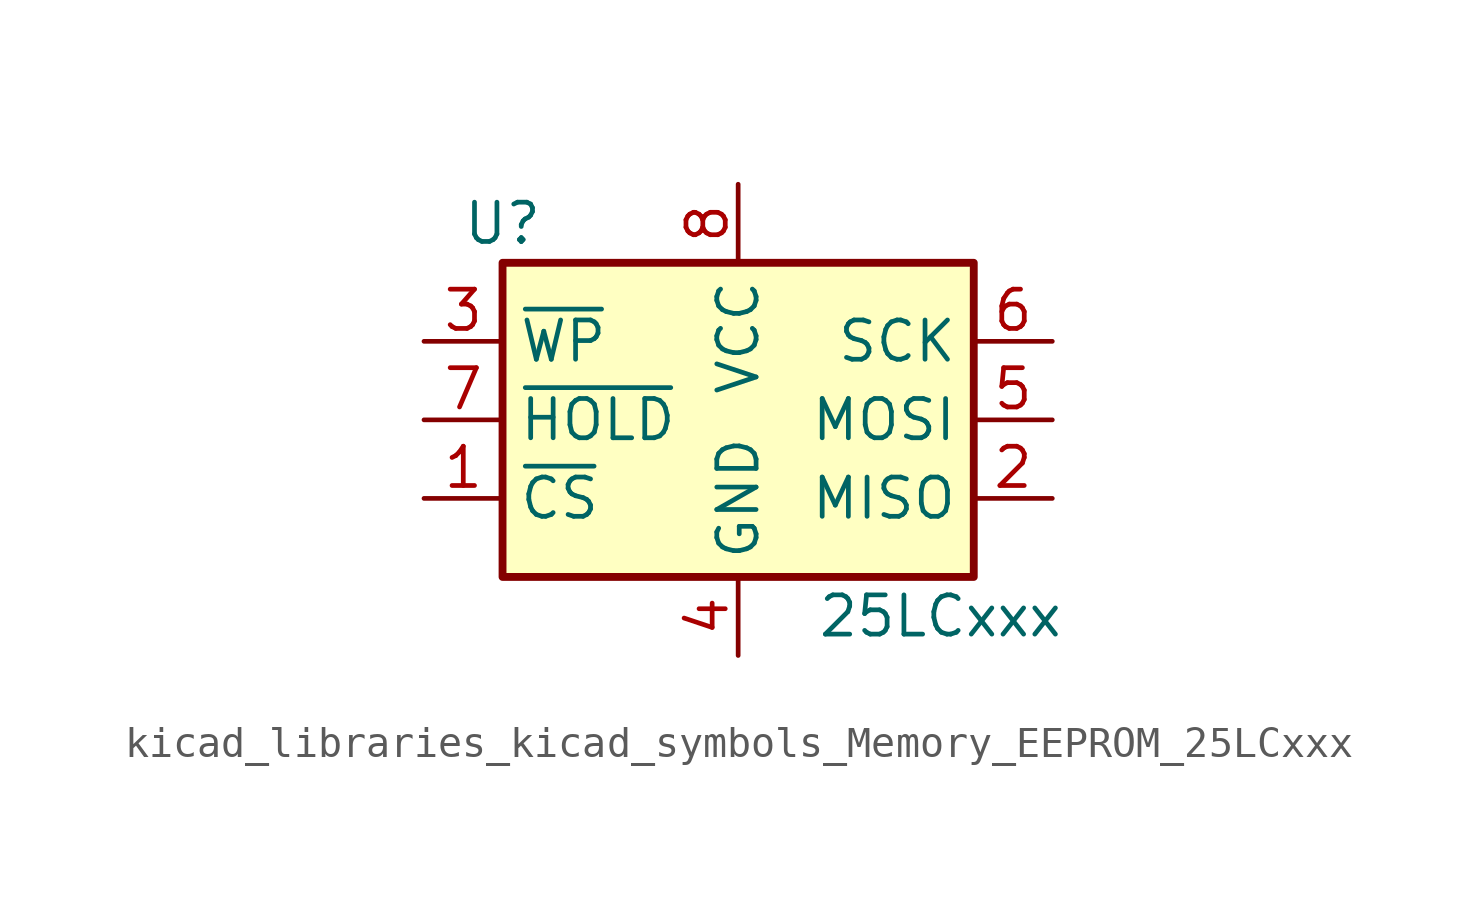
<source format=kicad_sym>
(kicad_symbol_lib
  (version 20220914)
  (generator kicad_symbol_editor)
  (symbol "kicad_libraries_kicad_symbols_Memory_EEPROM_25LCxxx"
    (property "Reference" "U"
      (at -7.62 6.35 0)
      (effects (font (size 1.27 1.27))))
    (property "Value" "25LCxxx"
      (at 2.54 -6.35 0)
      (effects (font (size 1.27 1.27)) (justify left)))
    (symbol "kicad_libraries_kicad_symbols_Memory_EEPROM_25LCxxx_1_1"
      (rectangle (start -7.62 5.08) (end 7.62 -5.08) (stroke (width 0.254) (type default)) (fill (type background)))
      (pin input line (at -10.16 -2.54 0) (length 2.54) (name "~{CS}" (effects (font (size 1.27 1.27)))) (number "1" (effects (font (size 1.27 1.27)))))
      (pin tri_state line (at 10.16 -2.54 180) (length 2.54) (name "MISO" (effects (font (size 1.27 1.27)))) (number "2" (effects (font (size 1.27 1.27)))))
      (pin input line (at -10.16 2.54 0) (length 2.54) (name "~{WP}" (effects (font (size 1.27 1.27)))) (number "3" (effects (font (size 1.27 1.27)))))
      (pin power_in line (at 0 -7.62 90) (length 2.54) (name "GND" (effects (font (size 1.27 1.27)))) (number "4" (effects (font (size 1.27 1.27)))))
      (pin input line (at 10.16 0 180) (length 2.54) (name "MOSI" (effects (font (size 1.27 1.27)))) (number "5" (effects (font (size 1.27 1.27)))))
      (pin input line (at 10.16 2.54 180) (length 2.54) (name "SCK" (effects (font (size 1.27 1.27)))) (number "6" (effects (font (size 1.27 1.27)))))
      (pin input line (at -10.16 0 0) (length 2.54) (name "~{HOLD}" (effects (font (size 1.27 1.27)))) (number "7" (effects (font (size 1.27 1.27)))))
      (pin power_in line (at 0 7.62 270) (length 2.54) (name "VCC" (effects (font (size 1.27 1.27)))) (number "8" (effects (font (size 1.27 1.27))))))))
</source>
